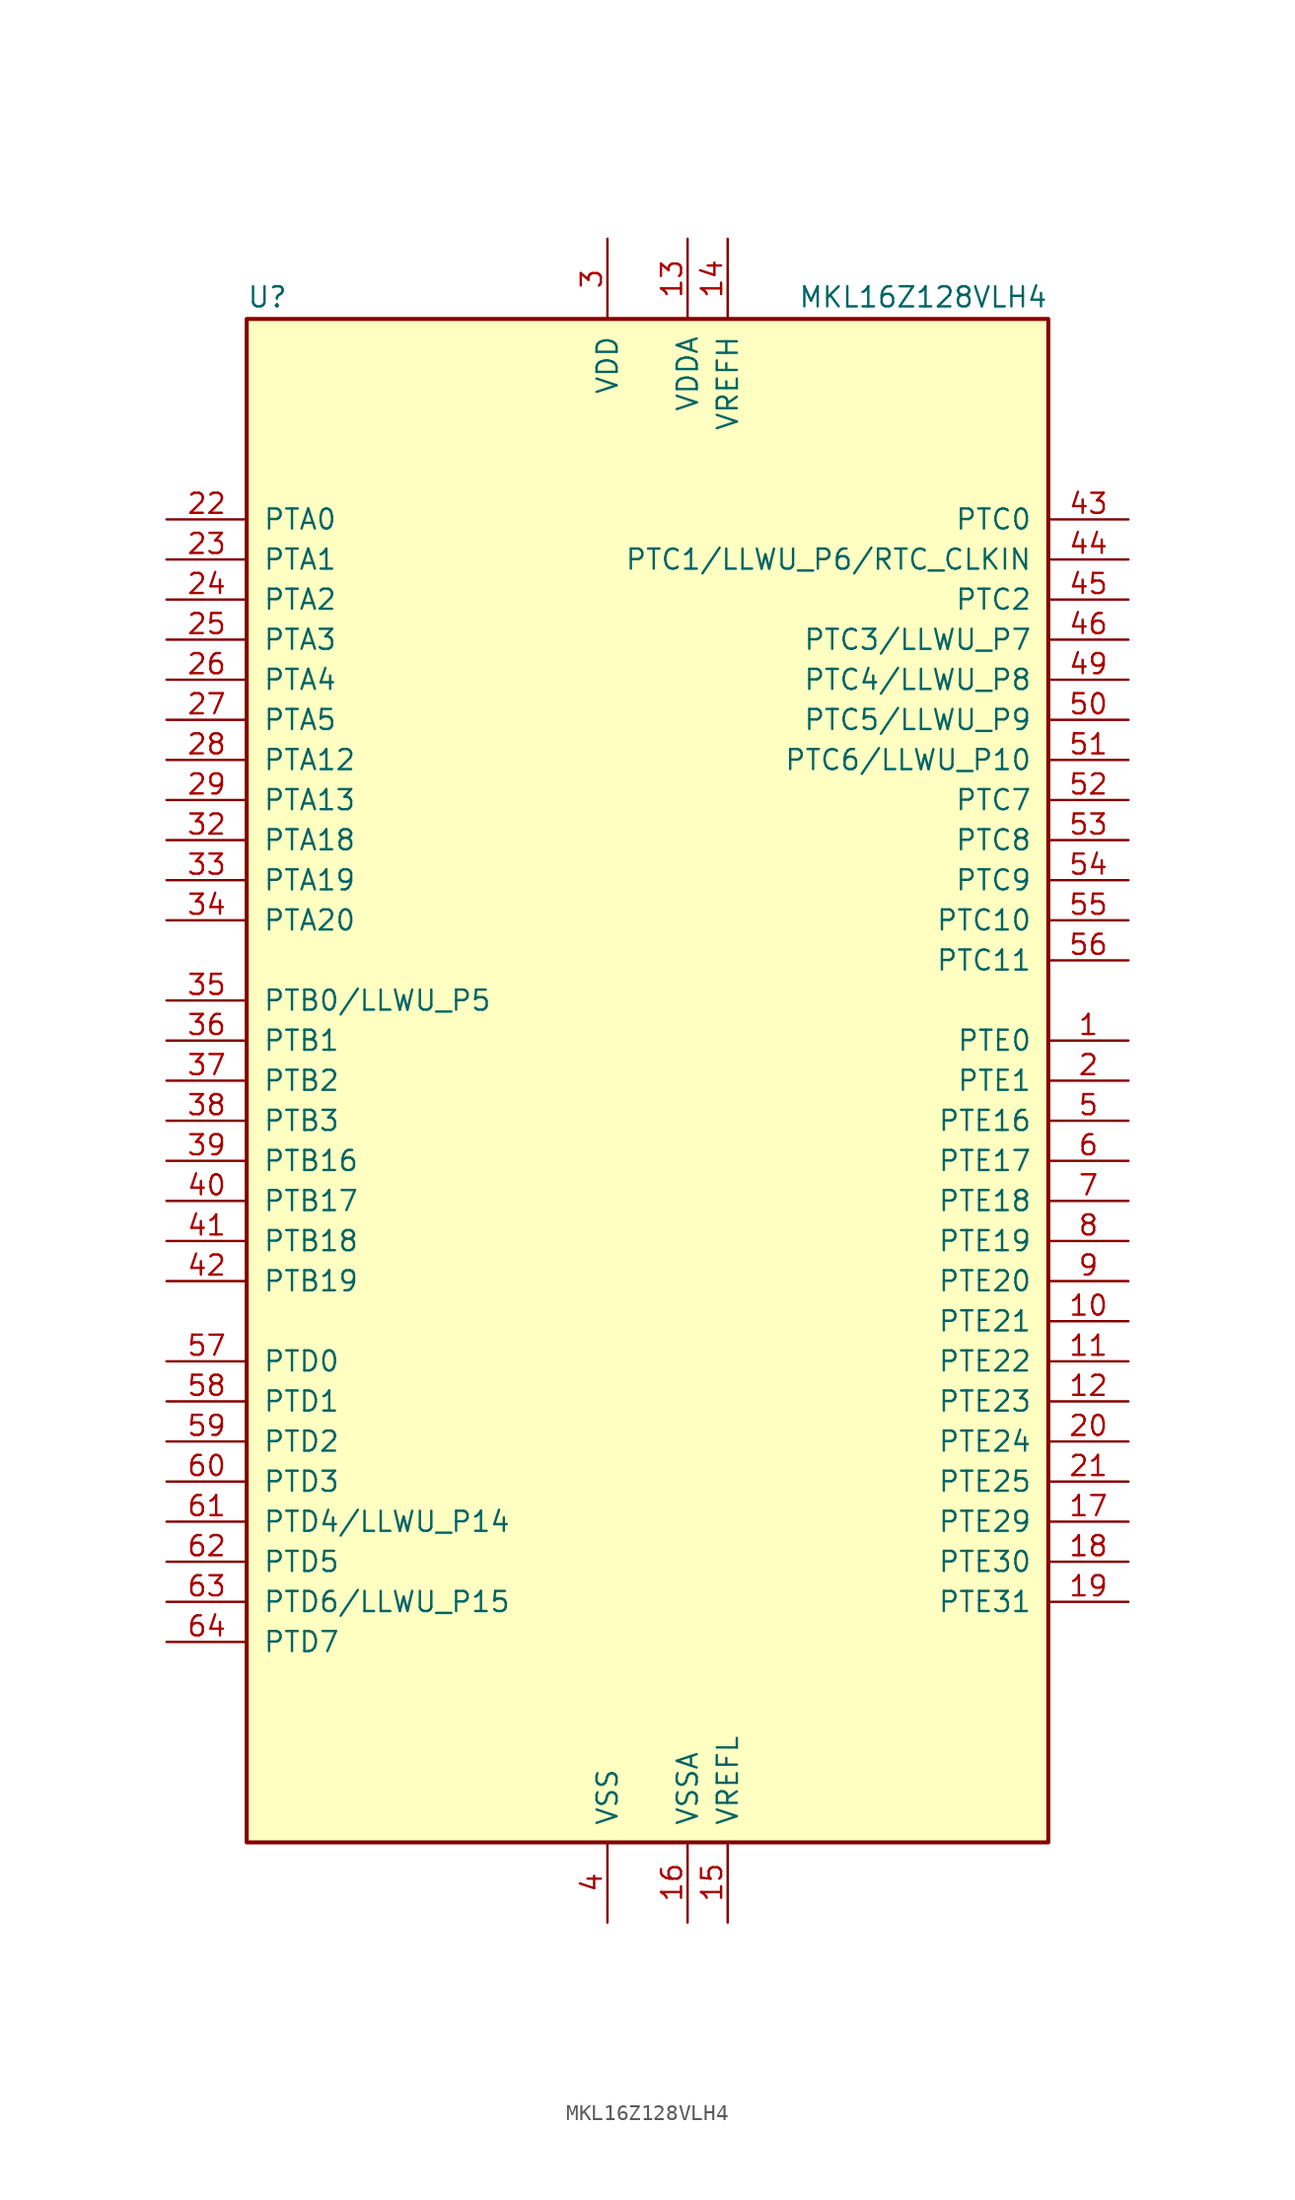
<source format=kicad_sym>
(kicad_symbol_lib
  (version 20231120)
  (generator "kicad_symbol_editor")
  (generator_version "8.0")
  (symbol "MKL16Z128VLH4"
    (pin_names
      (offset 1.016))
    (property "Reference" "U"
      (at -25.4 48.895 0)
      (effects (font (size 1.27 1.27)) (justify left bottom)))
    (property "Value" "MKL16Z128VLH4"
      (at 25.4 48.895 0)
      (effects (font (size 1.27 1.27)) (justify right bottom)))
    (symbol "MKL16Z128VLH4_0_1"
      (rectangle (start -25.4 48.26) (end 25.4 -48.26) (stroke (width 0.254) (type default)) (fill (type background))))
    (symbol "MKL16Z128VLH4_1_1"
      (pin bidirectional line (at 30.48 2.54 180) (length 5.08) (name "PTE0" (effects (font (size 1.27 1.27)))) (number "1" (effects (font (size 1.27 1.27)))))
      (pin bidirectional line (at 30.48 -15.24 180) (length 5.08) (name "PTE21" (effects (font (size 1.27 1.27)))) (number "10" (effects (font (size 1.27 1.27)))))
      (pin bidirectional line (at 30.48 -17.78 180) (length 5.08) (name "PTE22" (effects (font (size 1.27 1.27)))) (number "11" (effects (font (size 1.27 1.27)))))
      (pin bidirectional line (at 30.48 -20.32 180) (length 5.08) (name "PTE23" (effects (font (size 1.27 1.27)))) (number "12" (effects (font (size 1.27 1.27)))))
      (pin power_in line (at 2.54 53.34 270) (length 5.08) (name "VDDA" (effects (font (size 1.27 1.27)))) (number "13" (effects (font (size 1.27 1.27)))))
      (pin power_in line (at 5.08 53.34 270) (length 5.08) (name "VREFH" (effects (font (size 1.27 1.27)))) (number "14" (effects (font (size 1.27 1.27)))))
      (pin power_in line (at 5.08 -53.34 90) (length 5.08) (name "VREFL" (effects (font (size 1.27 1.27)))) (number "15" (effects (font (size 1.27 1.27)))))
      (pin power_in line (at 2.54 -53.34 90) (length 5.08) (name "VSSA" (effects (font (size 1.27 1.27)))) (number "16" (effects (font (size 1.27 1.27)))))
      (pin bidirectional line (at 30.48 -27.94 180) (length 5.08) (name "PTE29" (effects (font (size 1.27 1.27)))) (number "17" (effects (font (size 1.27 1.27)))))
      (pin bidirectional line (at 30.48 -30.48 180) (length 5.08) (name "PTE30" (effects (font (size 1.27 1.27)))) (number "18" (effects (font (size 1.27 1.27)))))
      (pin bidirectional line (at 30.48 -33.02 180) (length 5.08) (name "PTE31" (effects (font (size 1.27 1.27)))) (number "19" (effects (font (size 1.27 1.27)))))
      (pin bidirectional line (at 30.48 0 180) (length 5.08) (name "PTE1" (effects (font (size 1.27 1.27)))) (number "2" (effects (font (size 1.27 1.27)))))
      (pin bidirectional line (at 30.48 -22.86 180) (length 5.08) (name "PTE24" (effects (font (size 1.27 1.27)))) (number "20" (effects (font (size 1.27 1.27)))))
      (pin bidirectional line (at 30.48 -25.4 180) (length 5.08) (name "PTE25" (effects (font (size 1.27 1.27)))) (number "21" (effects (font (size 1.27 1.27)))))
      (pin bidirectional line (at -30.48 35.56 0) (length 5.08) (name "PTA0" (effects (font (size 1.27 1.27)))) (number "22" (effects (font (size 1.27 1.27)))))
      (pin bidirectional line (at -30.48 33.02 0) (length 5.08) (name "PTA1" (effects (font (size 1.27 1.27)))) (number "23" (effects (font (size 1.27 1.27)))))
      (pin bidirectional line (at -30.48 30.48 0) (length 5.08) (name "PTA2" (effects (font (size 1.27 1.27)))) (number "24" (effects (font (size 1.27 1.27)))))
      (pin bidirectional line (at -30.48 27.94 0) (length 5.08) (name "PTA3" (effects (font (size 1.27 1.27)))) (number "25" (effects (font (size 1.27 1.27)))))
      (pin bidirectional line (at -30.48 25.4 0) (length 5.08) (name "PTA4" (effects (font (size 1.27 1.27)))) (number "26" (effects (font (size 1.27 1.27)))))
      (pin bidirectional line (at -30.48 22.86 0) (length 5.08) (name "PTA5" (effects (font (size 1.27 1.27)))) (number "27" (effects (font (size 1.27 1.27)))))
      (pin bidirectional line (at -30.48 20.32 0) (length 5.08) (name "PTA12" (effects (font (size 1.27 1.27)))) (number "28" (effects (font (size 1.27 1.27)))))
      (pin bidirectional line (at -30.48 17.78 0) (length 5.08) (name "PTA13" (effects (font (size 1.27 1.27)))) (number "29" (effects (font (size 1.27 1.27)))))
      (pin power_in line (at -2.54 53.34 270) (length 5.08) (name "VDD" (effects (font (size 1.27 1.27)))) (number "3" (effects (font (size 1.27 1.27)))))
      (pin passive line (at -2.54 53.34 270) (length 5.08) hide (name "VDD" (effects (font (size 1.27 1.27)))) (number "30" (effects (font (size 1.27 1.27)))))
      (pin passive line (at -2.54 -53.34 90) (length 5.08) hide (name "VSS" (effects (font (size 1.27 1.27)))) (number "31" (effects (font (size 1.27 1.27)))))
      (pin bidirectional line (at -30.48 15.24 0) (length 5.08) (name "PTA18" (effects (font (size 1.27 1.27)))) (number "32" (effects (font (size 1.27 1.27)))))
      (pin bidirectional line (at -30.48 12.7 0) (length 5.08) (name "PTA19" (effects (font (size 1.27 1.27)))) (number "33" (effects (font (size 1.27 1.27)))))
      (pin bidirectional line (at -30.48 10.16 0) (length 5.08) (name "PTA20" (effects (font (size 1.27 1.27)))) (number "34" (effects (font (size 1.27 1.27)))))
      (pin bidirectional line (at -30.48 5.08 0) (length 5.08) (name "PTB0/LLWU_P5" (effects (font (size 1.27 1.27)))) (number "35" (effects (font (size 1.27 1.27)))))
      (pin bidirectional line (at -30.48 2.54 0) (length 5.08) (name "PTB1" (effects (font (size 1.27 1.27)))) (number "36" (effects (font (size 1.27 1.27)))))
      (pin bidirectional line (at -30.48 0 0) (length 5.08) (name "PTB2" (effects (font (size 1.27 1.27)))) (number "37" (effects (font (size 1.27 1.27)))))
      (pin bidirectional line (at -30.48 -2.54 0) (length 5.08) (name "PTB3" (effects (font (size 1.27 1.27)))) (number "38" (effects (font (size 1.27 1.27)))))
      (pin bidirectional line (at -30.48 -5.08 0) (length 5.08) (name "PTB16" (effects (font (size 1.27 1.27)))) (number "39" (effects (font (size 1.27 1.27)))))
      (pin power_in line (at -2.54 -53.34 90) (length 5.08) (name "VSS" (effects (font (size 1.27 1.27)))) (number "4" (effects (font (size 1.27 1.27)))))
      (pin bidirectional line (at -30.48 -7.62 0) (length 5.08) (name "PTB17" (effects (font (size 1.27 1.27)))) (number "40" (effects (font (size 1.27 1.27)))))
      (pin bidirectional line (at -30.48 -10.16 0) (length 5.08) (name "PTB18" (effects (font (size 1.27 1.27)))) (number "41" (effects (font (size 1.27 1.27)))))
      (pin bidirectional line (at -30.48 -12.7 0) (length 5.08) (name "PTB19" (effects (font (size 1.27 1.27)))) (number "42" (effects (font (size 1.27 1.27)))))
      (pin bidirectional line (at 30.48 35.56 180) (length 5.08) (name "PTC0" (effects (font (size 1.27 1.27)))) (number "43" (effects (font (size 1.27 1.27)))))
      (pin bidirectional line (at 30.48 33.02 180) (length 5.08) (name "PTC1/LLWU_P6/RTC_CLKIN" (effects (font (size 1.27 1.27)))) (number "44" (effects (font (size 1.27 1.27)))))
      (pin bidirectional line (at 30.48 30.48 180) (length 5.08) (name "PTC2" (effects (font (size 1.27 1.27)))) (number "45" (effects (font (size 1.27 1.27)))))
      (pin bidirectional line (at 30.48 27.94 180) (length 5.08) (name "PTC3/LLWU_P7" (effects (font (size 1.27 1.27)))) (number "46" (effects (font (size 1.27 1.27)))))
      (pin passive line (at -2.54 -53.34 90) (length 5.08) hide (name "VSS" (effects (font (size 1.27 1.27)))) (number "47" (effects (font (size 1.27 1.27)))))
      (pin passive line (at -2.54 53.34 270) (length 5.08) hide (name "VDD" (effects (font (size 1.27 1.27)))) (number "48" (effects (font (size 1.27 1.27)))))
      (pin bidirectional line (at 30.48 25.4 180) (length 5.08) (name "PTC4/LLWU_P8" (effects (font (size 1.27 1.27)))) (number "49" (effects (font (size 1.27 1.27)))))
      (pin bidirectional line (at 30.48 -2.54 180) (length 5.08) (name "PTE16" (effects (font (size 1.27 1.27)))) (number "5" (effects (font (size 1.27 1.27)))))
      (pin bidirectional line (at 30.48 22.86 180) (length 5.08) (name "PTC5/LLWU_P9" (effects (font (size 1.27 1.27)))) (number "50" (effects (font (size 1.27 1.27)))))
      (pin bidirectional line (at 30.48 20.32 180) (length 5.08) (name "PTC6/LLWU_P10" (effects (font (size 1.27 1.27)))) (number "51" (effects (font (size 1.27 1.27)))))
      (pin bidirectional line (at 30.48 17.78 180) (length 5.08) (name "PTC7" (effects (font (size 1.27 1.27)))) (number "52" (effects (font (size 1.27 1.27)))))
      (pin bidirectional line (at 30.48 15.24 180) (length 5.08) (name "PTC8" (effects (font (size 1.27 1.27)))) (number "53" (effects (font (size 1.27 1.27)))))
      (pin bidirectional line (at 30.48 12.7 180) (length 5.08) (name "PTC9" (effects (font (size 1.27 1.27)))) (number "54" (effects (font (size 1.27 1.27)))))
      (pin bidirectional line (at 30.48 10.16 180) (length 5.08) (name "PTC10" (effects (font (size 1.27 1.27)))) (number "55" (effects (font (size 1.27 1.27)))))
      (pin bidirectional line (at 30.48 7.62 180) (length 5.08) (name "PTC11" (effects (font (size 1.27 1.27)))) (number "56" (effects (font (size 1.27 1.27)))))
      (pin bidirectional line (at -30.48 -17.78 0) (length 5.08) (name "PTD0" (effects (font (size 1.27 1.27)))) (number "57" (effects (font (size 1.27 1.27)))))
      (pin bidirectional line (at -30.48 -20.32 0) (length 5.08) (name "PTD1" (effects (font (size 1.27 1.27)))) (number "58" (effects (font (size 1.27 1.27)))))
      (pin bidirectional line (at -30.48 -22.86 0) (length 5.08) (name "PTD2" (effects (font (size 1.27 1.27)))) (number "59" (effects (font (size 1.27 1.27)))))
      (pin bidirectional line (at 30.48 -5.08 180) (length 5.08) (name "PTE17" (effects (font (size 1.27 1.27)))) (number "6" (effects (font (size 1.27 1.27)))))
      (pin bidirectional line (at -30.48 -25.4 0) (length 5.08) (name "PTD3" (effects (font (size 1.27 1.27)))) (number "60" (effects (font (size 1.27 1.27)))))
      (pin bidirectional line (at -30.48 -27.94 0) (length 5.08) (name "PTD4/LLWU_P14" (effects (font (size 1.27 1.27)))) (number "61" (effects (font (size 1.27 1.27)))))
      (pin bidirectional line (at -30.48 -30.48 0) (length 5.08) (name "PTD5" (effects (font (size 1.27 1.27)))) (number "62" (effects (font (size 1.27 1.27)))))
      (pin bidirectional line (at -30.48 -33.02 0) (length 5.08) (name "PTD6/LLWU_P15" (effects (font (size 1.27 1.27)))) (number "63" (effects (font (size 1.27 1.27)))))
      (pin bidirectional line (at -30.48 -35.56 0) (length 5.08) (name "PTD7" (effects (font (size 1.27 1.27)))) (number "64" (effects (font (size 1.27 1.27)))))
      (pin bidirectional line (at 30.48 -7.62 180) (length 5.08) (name "PTE18" (effects (font (size 1.27 1.27)))) (number "7" (effects (font (size 1.27 1.27)))))
      (pin bidirectional line (at 30.48 -10.16 180) (length 5.08) (name "PTE19" (effects (font (size 1.27 1.27)))) (number "8" (effects (font (size 1.27 1.27)))))
      (pin bidirectional line (at 30.48 -12.7 180) (length 5.08) (name "PTE20" (effects (font (size 1.27 1.27)))) (number "9" (effects (font (size 1.27 1.27))))))))
</source>
